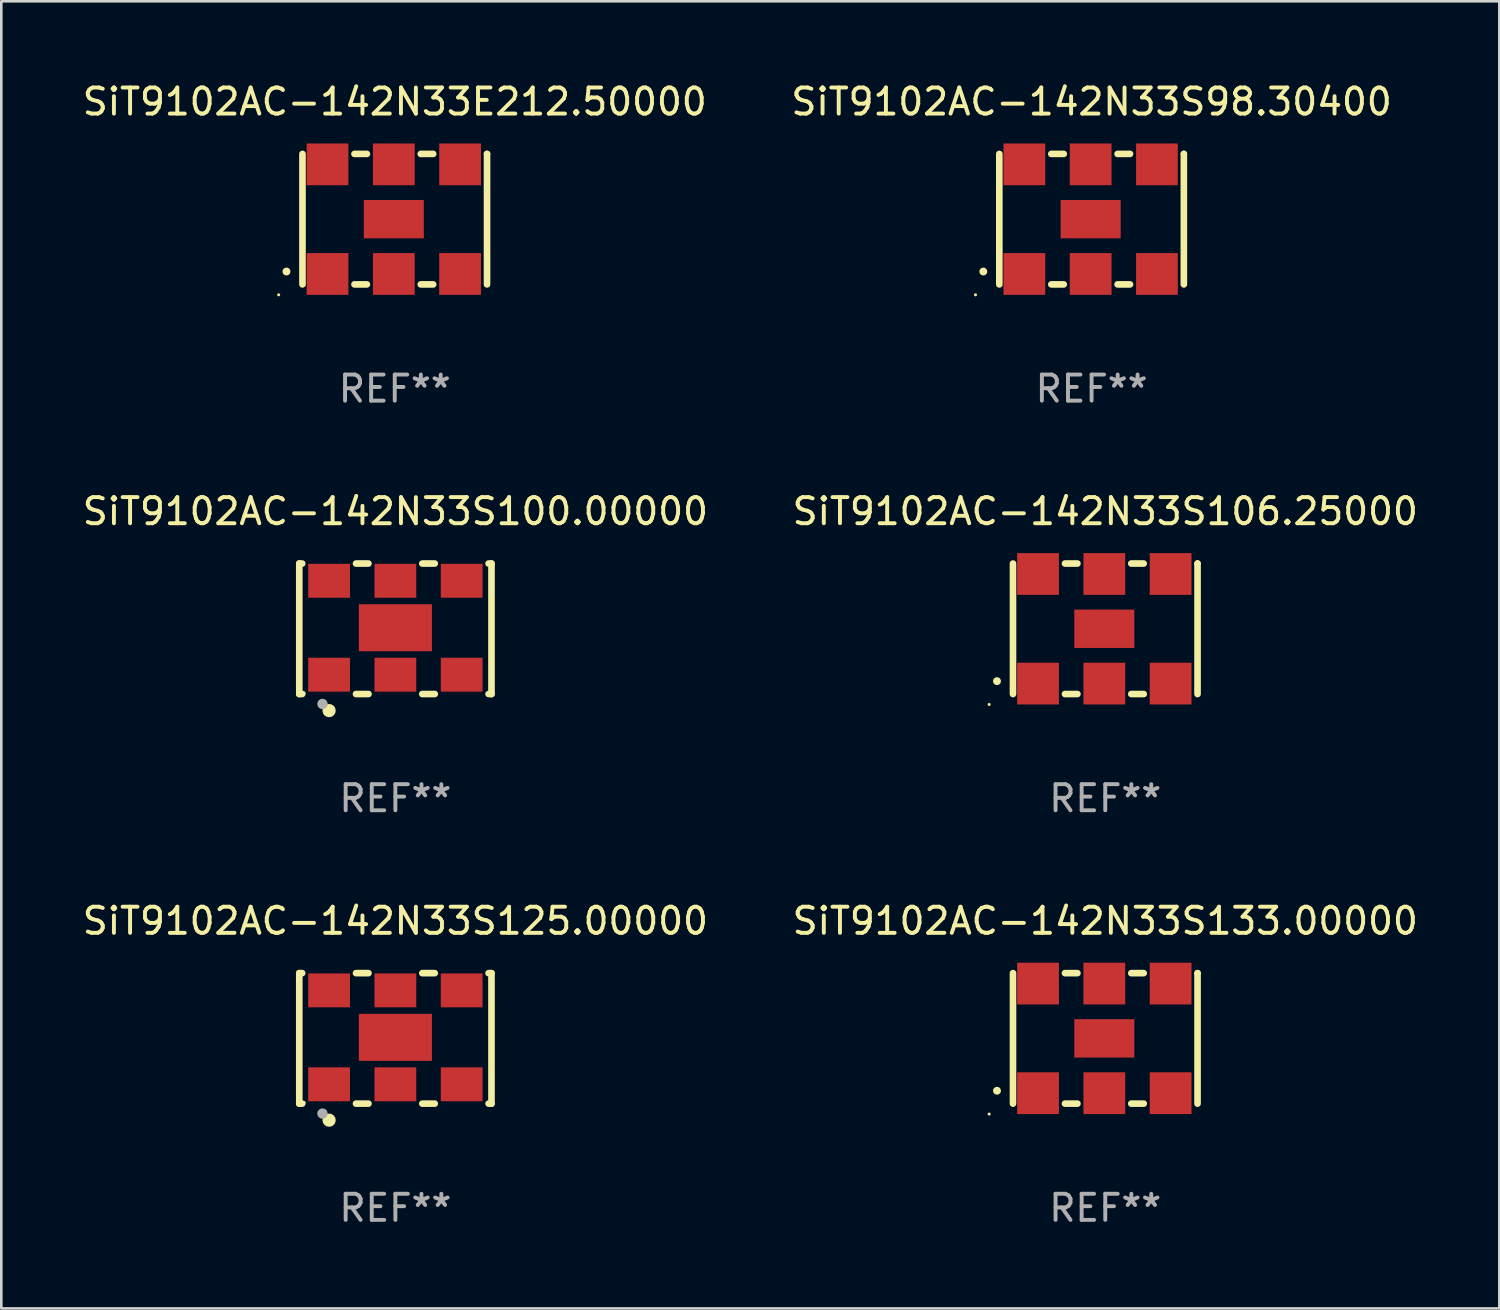
<source format=kicad_pcb>
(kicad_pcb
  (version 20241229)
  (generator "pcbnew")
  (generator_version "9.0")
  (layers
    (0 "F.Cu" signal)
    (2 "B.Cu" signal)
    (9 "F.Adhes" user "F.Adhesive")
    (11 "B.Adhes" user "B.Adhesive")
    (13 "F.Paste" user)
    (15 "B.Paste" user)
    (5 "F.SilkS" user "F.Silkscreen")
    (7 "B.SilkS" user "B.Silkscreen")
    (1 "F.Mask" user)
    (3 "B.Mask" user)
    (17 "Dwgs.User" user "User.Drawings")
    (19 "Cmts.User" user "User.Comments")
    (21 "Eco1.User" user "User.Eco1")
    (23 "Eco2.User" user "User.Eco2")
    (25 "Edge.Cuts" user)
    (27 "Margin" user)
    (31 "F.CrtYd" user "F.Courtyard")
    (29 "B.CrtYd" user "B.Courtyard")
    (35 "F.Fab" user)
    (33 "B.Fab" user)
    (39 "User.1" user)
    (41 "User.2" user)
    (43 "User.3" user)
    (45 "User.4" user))
  (footprint "SiT9102AC-142N33S98.30400"
    (layer "F.Cu")
    (at 38.78 5.348)
    (property "Reference" "SiT9102AC-142N33S98.30400" (at 0 -4.5 0) (layer "F.SilkS") (effects (font (size 1 1) (thickness 0.15))))
    (attr through_hole)
    (fp_line (start -3.536 -2.5) (end -3.536 2.5) (stroke (width 0.254) (type solid)) (layer "F.SilkS"))
    (fp_line (start -1.544 2.5) (end -1.067 2.5) (stroke (width 0.254) (type solid)) (layer "F.SilkS"))
    (fp_line (start -1.067 -2.5) (end -1.544 -2.5) (stroke (width 0.254) (type solid)) (layer "F.SilkS"))
    (fp_line (start 0.996 2.5) (end 1.473 2.5) (stroke (width 0.254) (type solid)) (layer "F.SilkS"))
    (fp_line (start 1.473 -2.5) (end 0.996 -2.5) (stroke (width 0.254) (type solid)) (layer "F.SilkS"))
    (fp_line (start 3.536 -2.5) (end 3.536 -2.5) (stroke (width 0.254) (type solid)) (layer "F.SilkS"))
    (fp_line (start 3.536 2.5) (end 3.536 -2.5) (stroke (width 0.254) (type solid)) (layer "F.SilkS"))
    (fp_arc (start -4.150432 2.006604) (mid -4.149162 2.006599) (end -4.147892 2.006604) (stroke (width 0.3) (type solid)) (layer "F.SilkS"))
    (fp_circle (center -4.449 2.9) (end -4.419 2.9) (stroke (width 0.06) (type solid)) (fill no) (layer "F.SilkS"))
    (fp_text user "REF**" (at 0 6.5 0) (layer "F.Fab") (effects (font (size 1 1) (thickness 0.15))))
    (pad "1" smd rect (at -2.576 2.1) (size 1.6 1.6) (layers "F.Cu" "F.Mask" "F.Paste"))
    (pad "2" smd rect (at -0.036 2.1) (size 1.6 1.6) (layers "F.Cu" "F.Mask" "F.Paste"))
    (pad "3" smd rect (at 2.504 2.1) (size 1.6 1.6) (layers "F.Cu" "F.Mask" "F.Paste"))
    (pad "4" smd rect (at 2.504 -2.1) (size 1.6 1.6) (layers "F.Cu" "F.Mask" "F.Paste"))
    (pad "5" smd rect (at -0.036 -2.1) (size 1.6 1.6) (layers "F.Cu" "F.Mask" "F.Paste"))
    (pad "6" smd rect (at -2.576 -2.1) (size 1.6 1.6) (layers "F.Cu" "F.Mask" "F.Paste"))
    (pad "7" smd rect (at -0.036 0) (size 2.3 1.47) (layers "F.Cu" "F.Mask" "F.Paste")))
  (footprint "SiT9102AC-142N33S125.00000"
    (layer "F.Cu")
    (at 12.101 36.741)
    (property "Reference" "SiT9102AC-142N33S125.00000" (at 0 -4.5 0) (layer "F.SilkS") (effects (font (size 1 1) (thickness 0.15))))
    (attr through_hole)
    (fp_line (start -3.683 -2.5) (end -3.571 -2.5) (stroke (width 0.254) (type solid)) (layer "F.SilkS"))
    (fp_line (start -3.683 2.5) (end -3.683 -2.5) (stroke (width 0.254) (type solid)) (layer "F.SilkS"))
    (fp_line (start -3.683 2.5) (end -3.571 2.5) (stroke (width 0.254) (type solid)) (layer "F.SilkS"))
    (fp_line (start -1.509 -2.5) (end -1.031 -2.5) (stroke (width 0.254) (type solid)) (layer "F.SilkS"))
    (fp_line (start -1.509 2.5) (end -1.031 2.5) (stroke (width 0.254) (type solid)) (layer "F.SilkS"))
    (fp_line (start 1.031 -2.5) (end 1.509 -2.5) (stroke (width 0.254) (type solid)) (layer "F.SilkS"))
    (fp_line (start 1.031 2.5) (end 1.509 2.5) (stroke (width 0.254) (type solid)) (layer "F.SilkS"))
    (fp_line (start 3.571 -2.5) (end 3.683 -2.5) (stroke (width 0.254) (type solid)) (layer "F.SilkS"))
    (fp_line (start 3.571 2.5) (end 3.683 2.5) (stroke (width 0.254) (type solid)) (layer "F.SilkS"))
    (fp_line (start 3.683 2.5) (end 3.683 -2.5) (stroke (width 0.254) (type solid)) (layer "F.SilkS"))
    (fp_circle (center -3.5 2.46) (end -3.47 2.46) (stroke (width 0.06) (type solid)) (fill no) (layer "F.SilkS"))
    (fp_circle (center -2.54 3.135) (end -2.413 3.135) (stroke (width 0.254) (type solid)) (fill no) (layer "F.SilkS"))
    (fp_circle (center -2.794 2.881) (end -2.694 2.881) (stroke (width 0.2) (type solid)) (fill no) (layer "F.Fab"))
    (fp_text user "REF**" (at 0 6.5 0) (layer "F.Fab") (effects (font (size 1 1) (thickness 0.15))))
    (pad "1" smd rect (at -2.54 1.76) (size 1.6 1.3) (layers "F.Cu" "F.Mask" "F.Paste"))
    (pad "2" smd rect (at 0 1.76) (size 1.6 1.3) (layers "F.Cu" "F.Mask" "F.Paste"))
    (pad "3" smd rect (at 2.54 1.76) (size 1.6 1.3) (layers "F.Cu" "F.Mask" "F.Paste"))
    (pad "4" smd rect (at 2.54 -1.84) (size 1.6 1.3) (layers "F.Cu" "F.Mask" "F.Paste"))
    (pad "5" smd rect (at 0 -1.84) (size 1.6 1.3) (layers "F.Cu" "F.Mask" "F.Paste"))
    (pad "6" smd rect (at -2.54 -1.84) (size 1.6 1.3) (layers "F.Cu" "F.Mask" "F.Paste"))
    (pad "7" smd rect (at 0 -0.04) (size 2.8 1.8) (layers "F.Cu" "F.Mask" "F.Paste")))
  (footprint "SiT9102AC-142N33S106.25000"
    (layer "F.Cu")
    (at 39.304 21.045)
    (property "Reference" "SiT9102AC-142N33S106.25000" (at 0 -4.5 0) (layer "F.SilkS") (effects (font (size 1 1) (thickness 0.15))))
    (attr through_hole)
    (fp_line (start -3.536 -2.5) (end -3.536 2.5) (stroke (width 0.254) (type solid)) (layer "F.SilkS"))
    (fp_line (start -1.544 2.5) (end -1.067 2.5) (stroke (width 0.254) (type solid)) (layer "F.SilkS"))
    (fp_line (start -1.067 -2.5) (end -1.544 -2.5) (stroke (width 0.254) (type solid)) (layer "F.SilkS"))
    (fp_line (start 0.996 2.5) (end 1.473 2.5) (stroke (width 0.254) (type solid)) (layer "F.SilkS"))
    (fp_line (start 1.473 -2.5) (end 0.996 -2.5) (stroke (width 0.254) (type solid)) (layer "F.SilkS"))
    (fp_line (start 3.536 -2.5) (end 3.536 -2.5) (stroke (width 0.254) (type solid)) (layer "F.SilkS"))
    (fp_line (start 3.536 2.5) (end 3.536 -2.5) (stroke (width 0.254) (type solid)) (layer "F.SilkS"))
    (fp_arc (start -4.150432 2.006604) (mid -4.149162 2.006599) (end -4.147892 2.006604) (stroke (width 0.3) (type solid)) (layer "F.SilkS"))
    (fp_circle (center -4.449 2.9) (end -4.419 2.9) (stroke (width 0.06) (type solid)) (fill no) (layer "F.SilkS"))
    (fp_text user "REF**" (at 0 6.5 0) (layer "F.Fab") (effects (font (size 1 1) (thickness 0.15))))
    (pad "1" smd rect (at -2.576 2.1) (size 1.6 1.6) (layers "F.Cu" "F.Mask" "F.Paste"))
    (pad "2" smd rect (at -0.036 2.1) (size 1.6 1.6) (layers "F.Cu" "F.Mask" "F.Paste"))
    (pad "3" smd rect (at 2.504 2.1) (size 1.6 1.6) (layers "F.Cu" "F.Mask" "F.Paste"))
    (pad "4" smd rect (at 2.504 -2.1) (size 1.6 1.6) (layers "F.Cu" "F.Mask" "F.Paste"))
    (pad "5" smd rect (at -0.036 -2.1) (size 1.6 1.6) (layers "F.Cu" "F.Mask" "F.Paste"))
    (pad "6" smd rect (at -2.576 -2.1) (size 1.6 1.6) (layers "F.Cu" "F.Mask" "F.Paste"))
    (pad "7" smd rect (at -0.036 0) (size 2.3 1.47) (layers "F.Cu" "F.Mask" "F.Paste")))
  (footprint "SiT9102AC-142N33E212.50000"
    (layer "F.Cu")
    (at 12.077 5.348)
    (property "Reference" "SiT9102AC-142N33E212.50000" (at 0 -4.5 0) (layer "F.SilkS") (effects (font (size 1 1) (thickness 0.15))))
    (attr through_hole)
    (fp_line (start -3.536 -2.5) (end -3.536 2.5) (stroke (width 0.254) (type solid)) (layer "F.SilkS"))
    (fp_line (start -1.544 2.5) (end -1.067 2.5) (stroke (width 0.254) (type solid)) (layer "F.SilkS"))
    (fp_line (start -1.067 -2.5) (end -1.544 -2.5) (stroke (width 0.254) (type solid)) (layer "F.SilkS"))
    (fp_line (start 0.996 2.5) (end 1.473 2.5) (stroke (width 0.254) (type solid)) (layer "F.SilkS"))
    (fp_line (start 1.473 -2.5) (end 0.996 -2.5) (stroke (width 0.254) (type solid)) (layer "F.SilkS"))
    (fp_line (start 3.536 -2.5) (end 3.536 -2.5) (stroke (width 0.254) (type solid)) (layer "F.SilkS"))
    (fp_line (start 3.536 2.5) (end 3.536 -2.5) (stroke (width 0.254) (type solid)) (layer "F.SilkS"))
    (fp_arc (start -4.150432 2.006604) (mid -4.149162 2.006599) (end -4.147892 2.006604) (stroke (width 0.3) (type solid)) (layer "F.SilkS"))
    (fp_circle (center -4.449 2.9) (end -4.419 2.9) (stroke (width 0.06) (type solid)) (fill no) (layer "F.SilkS"))
    (fp_text user "REF**" (at 0 6.5 0) (layer "F.Fab") (effects (font (size 1 1) (thickness 0.15))))
    (pad "1" smd rect (at -2.576 2.1) (size 1.6 1.6) (layers "F.Cu" "F.Mask" "F.Paste"))
    (pad "2" smd rect (at -0.036 2.1) (size 1.6 1.6) (layers "F.Cu" "F.Mask" "F.Paste"))
    (pad "3" smd rect (at 2.504 2.1) (size 1.6 1.6) (layers "F.Cu" "F.Mask" "F.Paste"))
    (pad "4" smd rect (at 2.504 -2.1) (size 1.6 1.6) (layers "F.Cu" "F.Mask" "F.Paste"))
    (pad "5" smd rect (at -0.036 -2.1) (size 1.6 1.6) (layers "F.Cu" "F.Mask" "F.Paste"))
    (pad "6" smd rect (at -2.576 -2.1) (size 1.6 1.6) (layers "F.Cu" "F.Mask" "F.Paste"))
    (pad "7" smd rect (at -0.036 0) (size 2.3 1.47) (layers "F.Cu" "F.Mask" "F.Paste")))
  (footprint "SiT9102AC-142N33S100.00000"
    (layer "F.Cu")
    (at 12.101 21.045)
    (property "Reference" "SiT9102AC-142N33S100.00000" (at 0 -4.5 0) (layer "F.SilkS") (effects (font (size 1 1) (thickness 0.15))))
    (attr through_hole)
    (fp_line (start -3.683 -2.5) (end -3.571 -2.5) (stroke (width 0.254) (type solid)) (layer "F.SilkS"))
    (fp_line (start -3.683 2.5) (end -3.683 -2.5) (stroke (width 0.254) (type solid)) (layer "F.SilkS"))
    (fp_line (start -3.683 2.5) (end -3.571 2.5) (stroke (width 0.254) (type solid)) (layer "F.SilkS"))
    (fp_line (start -1.509 -2.5) (end -1.031 -2.5) (stroke (width 0.254) (type solid)) (layer "F.SilkS"))
    (fp_line (start -1.509 2.5) (end -1.031 2.5) (stroke (width 0.254) (type solid)) (layer "F.SilkS"))
    (fp_line (start 1.031 -2.5) (end 1.509 -2.5) (stroke (width 0.254) (type solid)) (layer "F.SilkS"))
    (fp_line (start 1.031 2.5) (end 1.509 2.5) (stroke (width 0.254) (type solid)) (layer "F.SilkS"))
    (fp_line (start 3.571 -2.5) (end 3.683 -2.5) (stroke (width 0.254) (type solid)) (layer "F.SilkS"))
    (fp_line (start 3.571 2.5) (end 3.683 2.5) (stroke (width 0.254) (type solid)) (layer "F.SilkS"))
    (fp_line (start 3.683 2.5) (end 3.683 -2.5) (stroke (width 0.254) (type solid)) (layer "F.SilkS"))
    (fp_circle (center -3.5 2.46) (end -3.47 2.46) (stroke (width 0.06) (type solid)) (fill no) (layer "F.SilkS"))
    (fp_circle (center -2.54 3.135) (end -2.413 3.135) (stroke (width 0.254) (type solid)) (fill no) (layer "F.SilkS"))
    (fp_circle (center -2.794 2.881) (end -2.694 2.881) (stroke (width 0.2) (type solid)) (fill no) (layer "F.Fab"))
    (fp_text user "REF**" (at 0 6.5 0) (layer "F.Fab") (effects (font (size 1 1) (thickness 0.15))))
    (pad "1" smd rect (at -2.54 1.76) (size 1.6 1.3) (layers "F.Cu" "F.Mask" "F.Paste"))
    (pad "2" smd rect (at 0 1.76) (size 1.6 1.3) (layers "F.Cu" "F.Mask" "F.Paste"))
    (pad "3" smd rect (at 2.54 1.76) (size 1.6 1.3) (layers "F.Cu" "F.Mask" "F.Paste"))
    (pad "4" smd rect (at 2.54 -1.84) (size 1.6 1.3) (layers "F.Cu" "F.Mask" "F.Paste"))
    (pad "5" smd rect (at 0 -1.84) (size 1.6 1.3) (layers "F.Cu" "F.Mask" "F.Paste"))
    (pad "6" smd rect (at -2.54 -1.84) (size 1.6 1.3) (layers "F.Cu" "F.Mask" "F.Paste"))
    (pad "7" smd rect (at 0 -0.04) (size 2.8 1.8) (layers "F.Cu" "F.Mask" "F.Paste")))
  (footprint "SiT9102AC-142N33S133.00000"
    (layer "F.Cu")
    (at 39.304 36.741)
    (property "Reference" "SiT9102AC-142N33S133.00000" (at 0 -4.5 0) (layer "F.SilkS") (effects (font (size 1 1) (thickness 0.15))))
    (attr through_hole)
    (fp_line (start -3.536 -2.5) (end -3.536 2.5) (stroke (width 0.254) (type solid)) (layer "F.SilkS"))
    (fp_line (start -1.544 2.5) (end -1.067 2.5) (stroke (width 0.254) (type solid)) (layer "F.SilkS"))
    (fp_line (start -1.067 -2.5) (end -1.544 -2.5) (stroke (width 0.254) (type solid)) (layer "F.SilkS"))
    (fp_line (start 0.996 2.5) (end 1.473 2.5) (stroke (width 0.254) (type solid)) (layer "F.SilkS"))
    (fp_line (start 1.473 -2.5) (end 0.996 -2.5) (stroke (width 0.254) (type solid)) (layer "F.SilkS"))
    (fp_line (start 3.536 -2.5) (end 3.536 -2.5) (stroke (width 0.254) (type solid)) (layer "F.SilkS"))
    (fp_line (start 3.536 2.5) (end 3.536 -2.5) (stroke (width 0.254) (type solid)) (layer "F.SilkS"))
    (fp_arc (start -4.150432 2.006604) (mid -4.149162 2.006599) (end -4.147892 2.006604) (stroke (width 0.3) (type solid)) (layer "F.SilkS"))
    (fp_circle (center -4.449 2.9) (end -4.419 2.9) (stroke (width 0.06) (type solid)) (fill no) (layer "F.SilkS"))
    (fp_text user "REF**" (at 0 6.5 0) (layer "F.Fab") (effects (font (size 1 1) (thickness 0.15))))
    (pad "1" smd rect (at -2.576 2.1) (size 1.6 1.6) (layers "F.Cu" "F.Mask" "F.Paste"))
    (pad "2" smd rect (at -0.036 2.1) (size 1.6 1.6) (layers "F.Cu" "F.Mask" "F.Paste"))
    (pad "3" smd rect (at 2.504 2.1) (size 1.6 1.6) (layers "F.Cu" "F.Mask" "F.Paste"))
    (pad "4" smd rect (at 2.504 -2.1) (size 1.6 1.6) (layers "F.Cu" "F.Mask" "F.Paste"))
    (pad "5" smd rect (at -0.036 -2.1) (size 1.6 1.6) (layers "F.Cu" "F.Mask" "F.Paste"))
    (pad "6" smd rect (at -2.576 -2.1) (size 1.6 1.6) (layers "F.Cu" "F.Mask" "F.Paste"))
    (pad "7" smd rect (at -0.036 0) (size 2.3 1.47) (layers "F.Cu" "F.Mask" "F.Paste")))
  (gr_rect
    (start -3 -3)
    (end 54.405 47.09)
    (stroke (width 0.1) (type default))
    (fill no)
    (layer "Edge.Cuts")))
</source>
